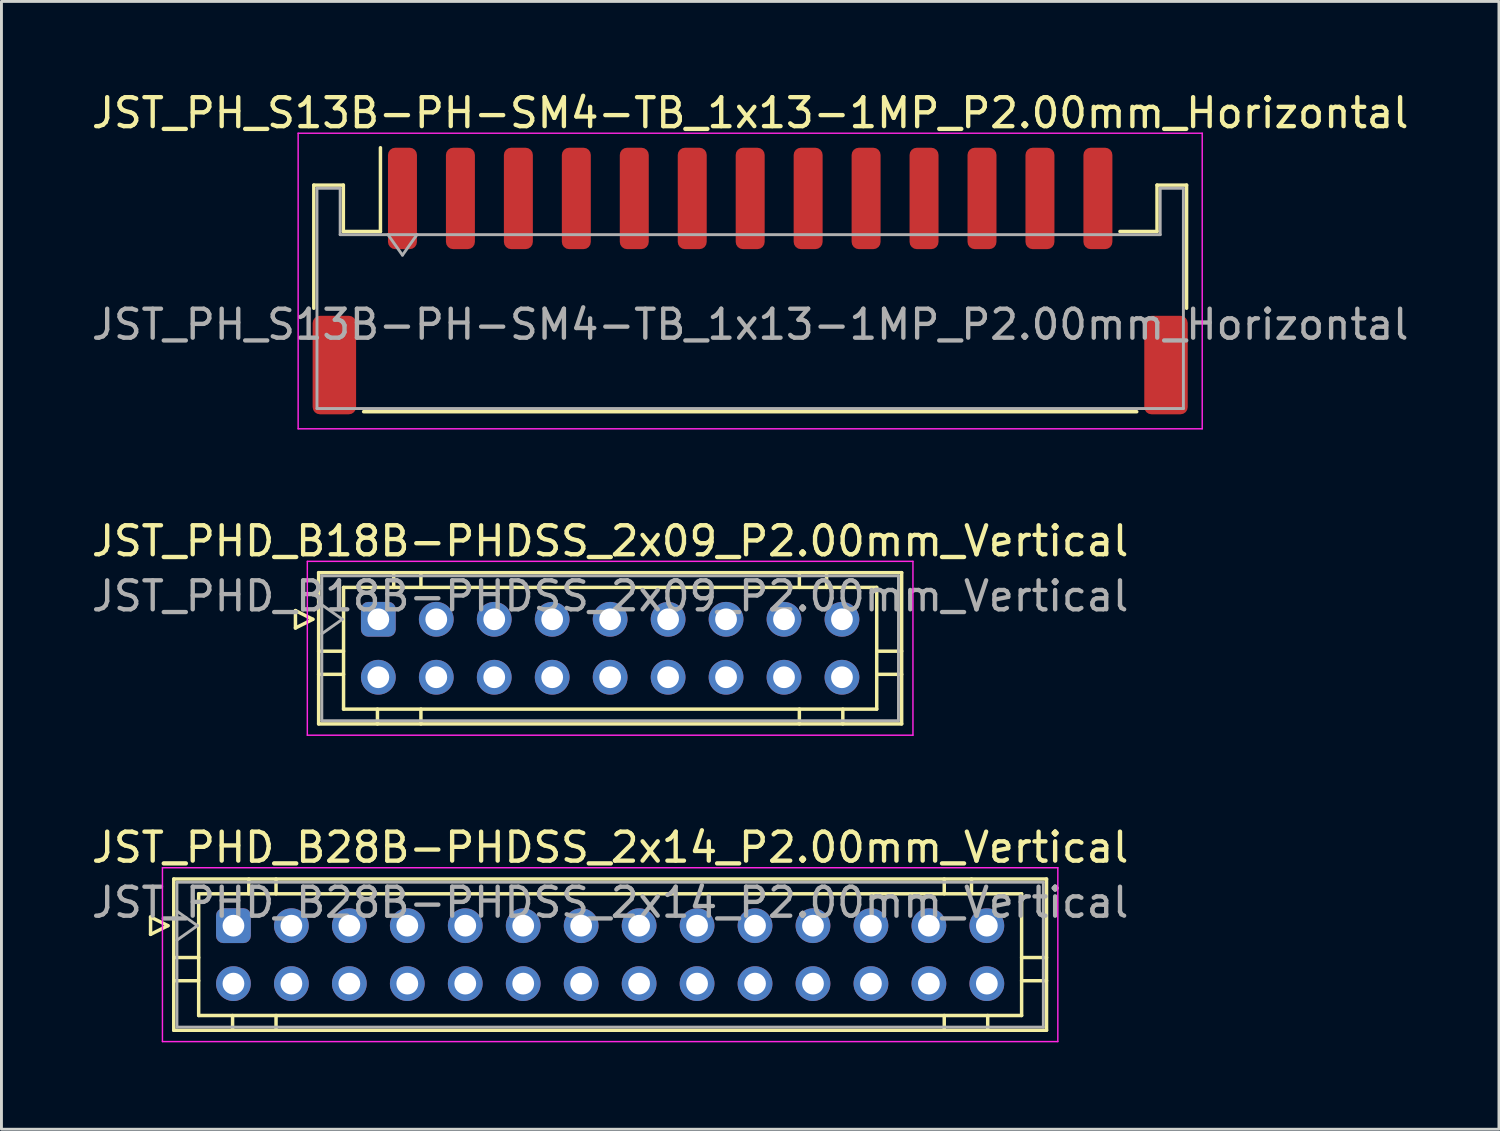
<source format=kicad_pcb>
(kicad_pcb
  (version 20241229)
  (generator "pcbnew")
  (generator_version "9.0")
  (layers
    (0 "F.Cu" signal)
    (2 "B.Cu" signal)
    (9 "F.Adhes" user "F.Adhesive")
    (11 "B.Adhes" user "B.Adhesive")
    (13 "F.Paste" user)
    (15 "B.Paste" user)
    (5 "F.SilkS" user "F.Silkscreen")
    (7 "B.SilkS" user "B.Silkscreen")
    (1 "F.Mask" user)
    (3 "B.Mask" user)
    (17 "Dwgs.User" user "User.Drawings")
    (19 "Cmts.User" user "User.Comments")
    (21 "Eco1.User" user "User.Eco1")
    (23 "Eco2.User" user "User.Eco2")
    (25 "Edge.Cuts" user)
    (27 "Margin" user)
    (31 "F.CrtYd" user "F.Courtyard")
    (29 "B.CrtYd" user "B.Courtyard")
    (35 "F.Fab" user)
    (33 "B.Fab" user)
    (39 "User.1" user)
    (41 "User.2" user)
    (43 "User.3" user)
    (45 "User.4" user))
  (footprint "JST_PHD_B18B-PHDSS_2x09_P2.00mm_Vertical"
    (layer "F.Cu")
    (at 10.006 18.322)
    (property "Reference" "JST_PHD_B18B-PHDSS_2x09_P2.00mm_Vertical" (at 8 -2.7 0) (layer "F.SilkS") (effects (font (size 1 1) (thickness 0.15))))
    (attr through_hole)
    (fp_line (start -2.86 -0.3) (end -2.26 0) (stroke (width 0.12) (type solid)) (layer "F.SilkS"))
    (fp_line (start -2.86 0.3) (end -2.86 -0.3) (stroke (width 0.12) (type solid)) (layer "F.SilkS"))
    (fp_line (start -2.26 0) (end -2.86 0.3) (stroke (width 0.12) (type solid)) (layer "F.SilkS"))
    (fp_line (start -2.06 -1.61) (end -2.06 3.61) (stroke (width 0.12) (type solid)) (layer "F.SilkS"))
    (fp_line (start -2.06 1.1) (end -1.2 1.1) (stroke (width 0.12) (type solid)) (layer "F.SilkS"))
    (fp_line (start -2.06 1.9) (end -1.2 1.9) (stroke (width 0.12) (type solid)) (layer "F.SilkS"))
    (fp_line (start -2.06 3.61) (end 18.06 3.61) (stroke (width 0.12) (type solid)) (layer "F.SilkS"))
    (fp_line (start -1.2 -1.1) (end -1.2 3.1) (stroke (width 0.12) (type solid)) (layer "F.SilkS"))
    (fp_line (start -1.2 3.1) (end 17.2 3.1) (stroke (width 0.12) (type solid)) (layer "F.SilkS"))
    (fp_line (start -0.03 3.61) (end -0.03 3.1) (stroke (width 0.12) (type solid)) (layer "F.SilkS"))
    (fp_line (start 0.53 -1.61) (end 0.53 -1.1) (stroke (width 0.12) (type solid)) (layer "F.SilkS"))
    (fp_line (start 1.47 -1.61) (end 1.47 -1.1) (stroke (width 0.12) (type solid)) (layer "F.SilkS"))
    (fp_line (start 1.47 3.61) (end 1.47 3.1) (stroke (width 0.12) (type solid)) (layer "F.SilkS"))
    (fp_line (start 14.53 -1.61) (end 14.53 -1.1) (stroke (width 0.12) (type solid)) (layer "F.SilkS"))
    (fp_line (start 14.53 3.61) (end 14.53 3.1) (stroke (width 0.12) (type solid)) (layer "F.SilkS"))
    (fp_line (start 15.47 -1.61) (end 15.47 -1.1) (stroke (width 0.12) (type solid)) (layer "F.SilkS"))
    (fp_line (start 16.03 3.61) (end 16.03 3.1) (stroke (width 0.12) (type solid)) (layer "F.SilkS"))
    (fp_line (start 17.2 -1.1) (end -1.2 -1.1) (stroke (width 0.12) (type solid)) (layer "F.SilkS"))
    (fp_line (start 17.2 3.1) (end 17.2 -1.1) (stroke (width 0.12) (type solid)) (layer "F.SilkS"))
    (fp_line (start 18.06 -1.61) (end -2.06 -1.61) (stroke (width 0.12) (type solid)) (layer "F.SilkS"))
    (fp_line (start 18.06 1.1) (end 17.2 1.1) (stroke (width 0.12) (type solid)) (layer "F.SilkS"))
    (fp_line (start 18.06 1.9) (end 17.2 1.9) (stroke (width 0.12) (type solid)) (layer "F.SilkS"))
    (fp_line (start 18.06 3.61) (end 18.06 -1.61) (stroke (width 0.12) (type solid)) (layer "F.SilkS"))
    (fp_line (start -2.45 -2) (end -2.45 4) (stroke (width 0.05) (type solid)) (layer "F.CrtYd"))
    (fp_line (start -2.45 4) (end 18.45 4) (stroke (width 0.05) (type solid)) (layer "F.CrtYd"))
    (fp_line (start 18.45 -2) (end -2.45 -2) (stroke (width 0.05) (type solid)) (layer "F.CrtYd"))
    (fp_line (start 18.45 4) (end 18.45 -2) (stroke (width 0.05) (type solid)) (layer "F.CrtYd"))
    (fp_line (start -1.95 -1.5) (end -1.95 3.5) (stroke (width 0.1) (type solid)) (layer "F.Fab"))
    (fp_line (start -1.95 0.5) (end -1.243 0) (stroke (width 0.1) (type solid)) (layer "F.Fab"))
    (fp_line (start -1.95 3.5) (end 17.95 3.5) (stroke (width 0.1) (type solid)) (layer "F.Fab"))
    (fp_line (start -1.243 0) (end -1.95 -0.5) (stroke (width 0.1) (type solid)) (layer "F.Fab"))
    (fp_line (start 17.95 -1.5) (end -1.95 -1.5) (stroke (width 0.1) (type solid)) (layer "F.Fab"))
    (fp_line (start 17.95 3.5) (end 17.95 -1.5) (stroke (width 0.1) (type solid)) (layer "F.Fab"))
    (fp_text user "${REFERENCE}" (at 8 -0.8 0) (layer "F.Fab") (effects (font (size 1 1) (thickness 0.15))))
    (pad "1" thru_hole roundrect (at 0 0) (size 1.2 1.2) (drill 0.75) (layers "*.Cu" "*.Mask") (roundrect_rratio 0.208))
    (pad "2" thru_hole circle (at 0 2) (size 1.2 1.2) (drill 0.75) (layers "*.Cu" "*.Mask"))
    (pad "3" thru_hole circle (at 2 0) (size 1.2 1.2) (drill 0.75) (layers "*.Cu" "*.Mask"))
    (pad "4" thru_hole circle (at 2 2) (size 1.2 1.2) (drill 0.75) (layers "*.Cu" "*.Mask"))
    (pad "5" thru_hole circle (at 4 0) (size 1.2 1.2) (drill 0.75) (layers "*.Cu" "*.Mask"))
    (pad "6" thru_hole circle (at 4 2) (size 1.2 1.2) (drill 0.75) (layers "*.Cu" "*.Mask"))
    (pad "7" thru_hole circle (at 6 0) (size 1.2 1.2) (drill 0.75) (layers "*.Cu" "*.Mask"))
    (pad "8" thru_hole circle (at 6 2) (size 1.2 1.2) (drill 0.75) (layers "*.Cu" "*.Mask"))
    (pad "9" thru_hole circle (at 8 0) (size 1.2 1.2) (drill 0.75) (layers "*.Cu" "*.Mask"))
    (pad "10" thru_hole circle (at 8 2) (size 1.2 1.2) (drill 0.75) (layers "*.Cu" "*.Mask"))
    (pad "11" thru_hole circle (at 10 0) (size 1.2 1.2) (drill 0.75) (layers "*.Cu" "*.Mask"))
    (pad "12" thru_hole circle (at 10 2) (size 1.2 1.2) (drill 0.75) (layers "*.Cu" "*.Mask"))
    (pad "13" thru_hole circle (at 12 0) (size 1.2 1.2) (drill 0.75) (layers "*.Cu" "*.Mask"))
    (pad "14" thru_hole circle (at 12 2) (size 1.2 1.2) (drill 0.75) (layers "*.Cu" "*.Mask"))
    (pad "15" thru_hole circle (at 14 0) (size 1.2 1.2) (drill 0.75) (layers "*.Cu" "*.Mask"))
    (pad "16" thru_hole circle (at 14 2) (size 1.2 1.2) (drill 0.75) (layers "*.Cu" "*.Mask"))
    (pad "17" thru_hole circle (at 16 0) (size 1.2 1.2) (drill 0.75) (layers "*.Cu" "*.Mask"))
    (pad "18" thru_hole circle (at 16 2) (size 1.2 1.2) (drill 0.75) (layers "*.Cu" "*.Mask")))
  (footprint "JST_PHD_B28B-PHDSS_2x14_P2.00mm_Vertical"
    (layer "F.Cu")
    (at 5.006 28.895)
    (property "Reference" "JST_PHD_B28B-PHDSS_2x14_P2.00mm_Vertical" (at 13 -2.7 0) (layer "F.SilkS") (effects (font (size 1 1) (thickness 0.15))))
    (attr through_hole)
    (fp_line (start -2.86 -0.3) (end -2.26 0) (stroke (width 0.12) (type solid)) (layer "F.SilkS"))
    (fp_line (start -2.86 0.3) (end -2.86 -0.3) (stroke (width 0.12) (type solid)) (layer "F.SilkS"))
    (fp_line (start -2.26 0) (end -2.86 0.3) (stroke (width 0.12) (type solid)) (layer "F.SilkS"))
    (fp_line (start -2.06 -1.61) (end -2.06 3.61) (stroke (width 0.12) (type solid)) (layer "F.SilkS"))
    (fp_line (start -2.06 1.1) (end -1.2 1.1) (stroke (width 0.12) (type solid)) (layer "F.SilkS"))
    (fp_line (start -2.06 1.9) (end -1.2 1.9) (stroke (width 0.12) (type solid)) (layer "F.SilkS"))
    (fp_line (start -2.06 3.61) (end 28.06 3.61) (stroke (width 0.12) (type solid)) (layer "F.SilkS"))
    (fp_line (start -1.2 -1.1) (end -1.2 3.1) (stroke (width 0.12) (type solid)) (layer "F.SilkS"))
    (fp_line (start -1.2 3.1) (end 27.2 3.1) (stroke (width 0.12) (type solid)) (layer "F.SilkS"))
    (fp_line (start -0.03 3.61) (end -0.03 3.1) (stroke (width 0.12) (type solid)) (layer "F.SilkS"))
    (fp_line (start 0.53 -1.61) (end 0.53 -1.1) (stroke (width 0.12) (type solid)) (layer "F.SilkS"))
    (fp_line (start 1.47 -1.61) (end 1.47 -1.1) (stroke (width 0.12) (type solid)) (layer "F.SilkS"))
    (fp_line (start 1.47 3.61) (end 1.47 3.1) (stroke (width 0.12) (type solid)) (layer "F.SilkS"))
    (fp_line (start 24.53 -1.61) (end 24.53 -1.1) (stroke (width 0.12) (type solid)) (layer "F.SilkS"))
    (fp_line (start 24.53 3.61) (end 24.53 3.1) (stroke (width 0.12) (type solid)) (layer "F.SilkS"))
    (fp_line (start 25.47 -1.61) (end 25.47 -1.1) (stroke (width 0.12) (type solid)) (layer "F.SilkS"))
    (fp_line (start 26.03 3.61) (end 26.03 3.1) (stroke (width 0.12) (type solid)) (layer "F.SilkS"))
    (fp_line (start 27.2 -1.1) (end -1.2 -1.1) (stroke (width 0.12) (type solid)) (layer "F.SilkS"))
    (fp_line (start 27.2 3.1) (end 27.2 -1.1) (stroke (width 0.12) (type solid)) (layer "F.SilkS"))
    (fp_line (start 28.06 -1.61) (end -2.06 -1.61) (stroke (width 0.12) (type solid)) (layer "F.SilkS"))
    (fp_line (start 28.06 1.1) (end 27.2 1.1) (stroke (width 0.12) (type solid)) (layer "F.SilkS"))
    (fp_line (start 28.06 1.9) (end 27.2 1.9) (stroke (width 0.12) (type solid)) (layer "F.SilkS"))
    (fp_line (start 28.06 3.61) (end 28.06 -1.61) (stroke (width 0.12) (type solid)) (layer "F.SilkS"))
    (fp_line (start -2.45 -2) (end -2.45 4) (stroke (width 0.05) (type solid)) (layer "F.CrtYd"))
    (fp_line (start -2.45 4) (end 28.45 4) (stroke (width 0.05) (type solid)) (layer "F.CrtYd"))
    (fp_line (start 28.45 -2) (end -2.45 -2) (stroke (width 0.05) (type solid)) (layer "F.CrtYd"))
    (fp_line (start 28.45 4) (end 28.45 -2) (stroke (width 0.05) (type solid)) (layer "F.CrtYd"))
    (fp_line (start -1.95 -1.5) (end -1.95 3.5) (stroke (width 0.1) (type solid)) (layer "F.Fab"))
    (fp_line (start -1.95 0.5) (end -1.243 0) (stroke (width 0.1) (type solid)) (layer "F.Fab"))
    (fp_line (start -1.95 3.5) (end 27.95 3.5) (stroke (width 0.1) (type solid)) (layer "F.Fab"))
    (fp_line (start -1.243 0) (end -1.95 -0.5) (stroke (width 0.1) (type solid)) (layer "F.Fab"))
    (fp_line (start 27.95 -1.5) (end -1.95 -1.5) (stroke (width 0.1) (type solid)) (layer "F.Fab"))
    (fp_line (start 27.95 3.5) (end 27.95 -1.5) (stroke (width 0.1) (type solid)) (layer "F.Fab"))
    (fp_text user "${REFERENCE}" (at 13 -0.8 0) (layer "F.Fab") (effects (font (size 1 1) (thickness 0.15))))
    (pad "1" thru_hole roundrect (at 0 0) (size 1.2 1.2) (drill 0.75) (layers "*.Cu" "*.Mask") (roundrect_rratio 0.208))
    (pad "2" thru_hole circle (at 0 2) (size 1.2 1.2) (drill 0.75) (layers "*.Cu" "*.Mask"))
    (pad "3" thru_hole circle (at 2 0) (size 1.2 1.2) (drill 0.75) (layers "*.Cu" "*.Mask"))
    (pad "4" thru_hole circle (at 2 2) (size 1.2 1.2) (drill 0.75) (layers "*.Cu" "*.Mask"))
    (pad "5" thru_hole circle (at 4 0) (size 1.2 1.2) (drill 0.75) (layers "*.Cu" "*.Mask"))
    (pad "6" thru_hole circle (at 4 2) (size 1.2 1.2) (drill 0.75) (layers "*.Cu" "*.Mask"))
    (pad "7" thru_hole circle (at 6 0) (size 1.2 1.2) (drill 0.75) (layers "*.Cu" "*.Mask"))
    (pad "8" thru_hole circle (at 6 2) (size 1.2 1.2) (drill 0.75) (layers "*.Cu" "*.Mask"))
    (pad "9" thru_hole circle (at 8 0) (size 1.2 1.2) (drill 0.75) (layers "*.Cu" "*.Mask"))
    (pad "10" thru_hole circle (at 8 2) (size 1.2 1.2) (drill 0.75) (layers "*.Cu" "*.Mask"))
    (pad "11" thru_hole circle (at 10 0) (size 1.2 1.2) (drill 0.75) (layers "*.Cu" "*.Mask"))
    (pad "12" thru_hole circle (at 10 2) (size 1.2 1.2) (drill 0.75) (layers "*.Cu" "*.Mask"))
    (pad "13" thru_hole circle (at 12 0) (size 1.2 1.2) (drill 0.75) (layers "*.Cu" "*.Mask"))
    (pad "14" thru_hole circle (at 12 2) (size 1.2 1.2) (drill 0.75) (layers "*.Cu" "*.Mask"))
    (pad "15" thru_hole circle (at 14 0) (size 1.2 1.2) (drill 0.75) (layers "*.Cu" "*.Mask"))
    (pad "16" thru_hole circle (at 14 2) (size 1.2 1.2) (drill 0.75) (layers "*.Cu" "*.Mask"))
    (pad "17" thru_hole circle (at 16 0) (size 1.2 1.2) (drill 0.75) (layers "*.Cu" "*.Mask"))
    (pad "18" thru_hole circle (at 16 2) (size 1.2 1.2) (drill 0.75) (layers "*.Cu" "*.Mask"))
    (pad "19" thru_hole circle (at 18 0) (size 1.2 1.2) (drill 0.75) (layers "*.Cu" "*.Mask"))
    (pad "20" thru_hole circle (at 18 2) (size 1.2 1.2) (drill 0.75) (layers "*.Cu" "*.Mask"))
    (pad "21" thru_hole circle (at 20 0) (size 1.2 1.2) (drill 0.75) (layers "*.Cu" "*.Mask"))
    (pad "22" thru_hole circle (at 20 2) (size 1.2 1.2) (drill 0.75) (layers "*.Cu" "*.Mask"))
    (pad "23" thru_hole circle (at 22 0) (size 1.2 1.2) (drill 0.75) (layers "*.Cu" "*.Mask"))
    (pad "24" thru_hole circle (at 22 2) (size 1.2 1.2) (drill 0.75) (layers "*.Cu" "*.Mask"))
    (pad "25" thru_hole circle (at 24 0) (size 1.2 1.2) (drill 0.75) (layers "*.Cu" "*.Mask"))
    (pad "26" thru_hole circle (at 24 2) (size 1.2 1.2) (drill 0.75) (layers "*.Cu" "*.Mask"))
    (pad "27" thru_hole circle (at 26 0) (size 1.2 1.2) (drill 0.75) (layers "*.Cu" "*.Mask"))
    (pad "28" thru_hole circle (at 26 2) (size 1.2 1.2) (drill 0.75) (layers "*.Cu" "*.Mask")))
  (footprint "JST_PH_S13B-PH-SM4-TB_1x13-1MP_P2.00mm_Horizontal"
    (layer "F.Cu")
    (at 22.839 6.648)
    (property "Reference" "JST_PH_S13B-PH-SM4-TB_1x13-1MP_P2.00mm_Horizontal" (at 0 -5.8 0) (layer "F.SilkS") (effects (font (size 1 1) (thickness 0.15))))
    (attr smd)
    (fp_line (start -15.06 -3.31) (end -14.04 -3.31) (stroke (width 0.12) (type solid)) (layer "F.SilkS"))
    (fp_line (start -15.06 0.94) (end -15.06 -3.31) (stroke (width 0.12) (type solid)) (layer "F.SilkS"))
    (fp_line (start -14.04 -3.31) (end -14.04 -1.71) (stroke (width 0.12) (type solid)) (layer "F.SilkS"))
    (fp_line (start -14.04 -1.71) (end -12.76 -1.71) (stroke (width 0.12) (type solid)) (layer "F.SilkS"))
    (fp_line (start -13.34 4.51) (end 13.34 4.51) (stroke (width 0.12) (type solid)) (layer "F.SilkS"))
    (fp_line (start -12.76 -1.71) (end -12.76 -4.6) (stroke (width 0.12) (type solid)) (layer "F.SilkS"))
    (fp_line (start 14.04 -3.31) (end 14.04 -1.71) (stroke (width 0.12) (type solid)) (layer "F.SilkS"))
    (fp_line (start 14.04 -1.71) (end 12.76 -1.71) (stroke (width 0.12) (type solid)) (layer "F.SilkS"))
    (fp_line (start 15.06 -3.31) (end 14.04 -3.31) (stroke (width 0.12) (type solid)) (layer "F.SilkS"))
    (fp_line (start 15.06 0.94) (end 15.06 -3.31) (stroke (width 0.12) (type solid)) (layer "F.SilkS"))
    (fp_line (start -15.6 -5.1) (end -15.6 5.1) (stroke (width 0.05) (type solid)) (layer "F.CrtYd"))
    (fp_line (start -15.6 5.1) (end 15.6 5.1) (stroke (width 0.05) (type solid)) (layer "F.CrtYd"))
    (fp_line (start 15.6 -5.1) (end -15.6 -5.1) (stroke (width 0.05) (type solid)) (layer "F.CrtYd"))
    (fp_line (start 15.6 5.1) (end 15.6 -5.1) (stroke (width 0.05) (type solid)) (layer "F.CrtYd"))
    (fp_line (start -14.95 -3.2) (end -14.95 4.4) (stroke (width 0.1) (type solid)) (layer "F.Fab"))
    (fp_line (start -14.95 -3.2) (end -14.15 -3.2) (stroke (width 0.1) (type solid)) (layer "F.Fab"))
    (fp_line (start -14.95 4.4) (end 14.95 4.4) (stroke (width 0.1) (type solid)) (layer "F.Fab"))
    (fp_line (start -14.15 -3.2) (end -14.15 -1.6) (stroke (width 0.1) (type solid)) (layer "F.Fab"))
    (fp_line (start -14.15 -1.6) (end 14.15 -1.6) (stroke (width 0.1) (type solid)) (layer "F.Fab"))
    (fp_line (start -12.5 -1.6) (end -12 -0.893) (stroke (width 0.1) (type solid)) (layer "F.Fab"))
    (fp_line (start -12 -0.893) (end -11.5 -1.6) (stroke (width 0.1) (type solid)) (layer "F.Fab"))
    (fp_line (start 14.15 -3.2) (end 14.95 -3.2) (stroke (width 0.1) (type solid)) (layer "F.Fab"))
    (fp_line (start 14.15 -1.6) (end 14.15 -3.2) (stroke (width 0.1) (type solid)) (layer "F.Fab"))
    (fp_line (start 14.95 -3.2) (end 14.95 4.4) (stroke (width 0.1) (type solid)) (layer "F.Fab"))
    (fp_text user "${REFERENCE}" (at 0 1.5 0) (layer "F.Fab") (effects (font (size 1 1) (thickness 0.15))))
    (pad "1" smd roundrect (at -12 -2.85) (size 1 3.5) (layers "F.Cu" "F.Mask" "F.Paste") (roundrect_rratio 0.25))
    (pad "2" smd roundrect (at -10 -2.85) (size 1 3.5) (layers "F.Cu" "F.Mask" "F.Paste") (roundrect_rratio 0.25))
    (pad "3" smd roundrect (at -8 -2.85) (size 1 3.5) (layers "F.Cu" "F.Mask" "F.Paste") (roundrect_rratio 0.25))
    (pad "4" smd roundrect (at -6 -2.85) (size 1 3.5) (layers "F.Cu" "F.Mask" "F.Paste") (roundrect_rratio 0.25))
    (pad "5" smd roundrect (at -4 -2.85) (size 1 3.5) (layers "F.Cu" "F.Mask" "F.Paste") (roundrect_rratio 0.25))
    (pad "6" smd roundrect (at -2 -2.85) (size 1 3.5) (layers "F.Cu" "F.Mask" "F.Paste") (roundrect_rratio 0.25))
    (pad "7" smd roundrect (at 0 -2.85) (size 1 3.5) (layers "F.Cu" "F.Mask" "F.Paste") (roundrect_rratio 0.25))
    (pad "8" smd roundrect (at 2 -2.85) (size 1 3.5) (layers "F.Cu" "F.Mask" "F.Paste") (roundrect_rratio 0.25))
    (pad "9" smd roundrect (at 4 -2.85) (size 1 3.5) (layers "F.Cu" "F.Mask" "F.Paste") (roundrect_rratio 0.25))
    (pad "10" smd roundrect (at 6 -2.85) (size 1 3.5) (layers "F.Cu" "F.Mask" "F.Paste") (roundrect_rratio 0.25))
    (pad "11" smd roundrect (at 8 -2.85) (size 1 3.5) (layers "F.Cu" "F.Mask" "F.Paste") (roundrect_rratio 0.25))
    (pad "12" smd roundrect (at 10 -2.85) (size 1 3.5) (layers "F.Cu" "F.Mask" "F.Paste") (roundrect_rratio 0.25))
    (pad "13" smd roundrect (at 12 -2.85) (size 1 3.5) (layers "F.Cu" "F.Mask" "F.Paste") (roundrect_rratio 0.25))
    (pad "MP" smd roundrect (at -14.35 2.9) (size 1.5 3.4) (layers "F.Cu" "F.Mask" "F.Paste") (roundrect_rratio 0.167))
    (pad "MP" smd roundrect (at 14.35 2.9) (size 1.5 3.4) (layers "F.Cu" "F.Mask" "F.Paste") (roundrect_rratio 0.167)))
  (gr_rect
    (start -3 -3)
    (end 48.679 35.92)
    (stroke (width 0.1) (type default))
    (fill no)
    (layer "Edge.Cuts")))
</source>
